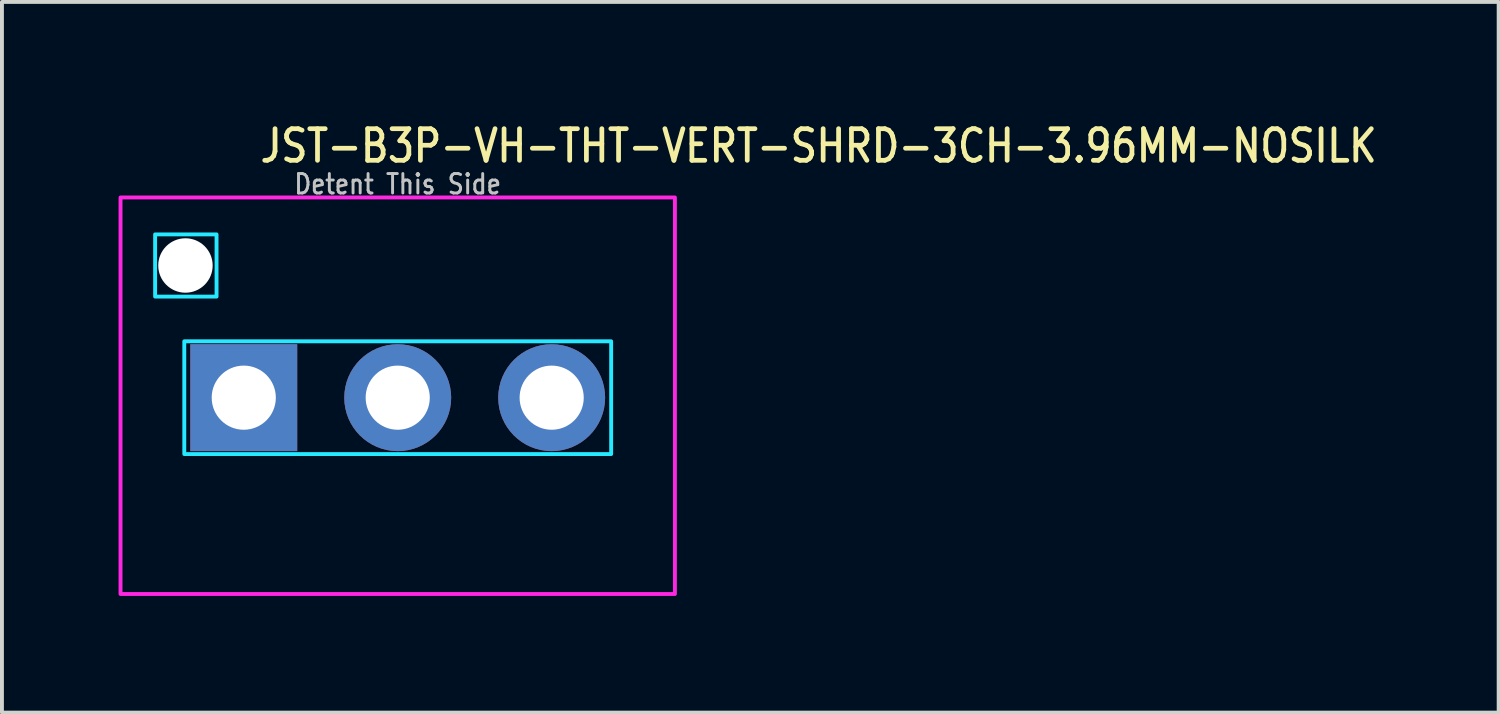
<source format=kicad_pcb>
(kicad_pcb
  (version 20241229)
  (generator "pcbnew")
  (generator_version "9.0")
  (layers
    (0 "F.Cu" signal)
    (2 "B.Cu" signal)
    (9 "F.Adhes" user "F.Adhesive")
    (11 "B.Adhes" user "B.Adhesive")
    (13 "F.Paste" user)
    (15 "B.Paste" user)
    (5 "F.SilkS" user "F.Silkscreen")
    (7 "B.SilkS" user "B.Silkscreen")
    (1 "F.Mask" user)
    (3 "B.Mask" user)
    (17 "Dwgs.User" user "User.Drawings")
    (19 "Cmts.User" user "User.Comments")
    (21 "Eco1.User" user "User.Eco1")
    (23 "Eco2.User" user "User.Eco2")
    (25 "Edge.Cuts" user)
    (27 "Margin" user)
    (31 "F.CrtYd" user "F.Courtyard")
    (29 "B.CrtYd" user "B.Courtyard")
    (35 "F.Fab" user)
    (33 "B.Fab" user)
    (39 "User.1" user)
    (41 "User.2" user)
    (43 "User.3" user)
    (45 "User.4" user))
  (footprint "JST-B3P-VH-THT-VERT-SHRD-3CH-3.96MM-NOSILK"
    (layer "F.Cu")
    (at 7.18 7.179)
    (property "Reference" "JST-B3P-VH-THT-VERT-SHRD-3CH-3.96MM-NOSILK" (at -3.6 -6 0) (unlocked yes) (layer "F.SilkS") (effects (font (size 0.813 0.695) (thickness 0.122)) (justify left bottom)))
    (fp_poly (pts (xy -5.49 -1.45) (xy -5.49 1.45) (xy 5.49 1.45) (xy 5.49 -1.45)) (stroke (width 0.1) (type solid)) (fill no) (layer "B.CrtYd"))
    (fp_poly (pts (xy -4.66 -4.2) (xy -4.66 -2.6) (xy -6.24 -2.6) (xy -6.24 -4.2)) (stroke (width 0.1) (type solid)) (fill no) (layer "B.CrtYd"))
    (fp_poly (pts (xy -7.13 -5.15) (xy -7.13 5.05) (xy 7.13 5.05) (xy 7.13 -5.15)) (stroke (width 0.1) (type solid)) (fill no) (layer "F.CrtYd"))
    (fp_text user "Detent This Side" (at 0 -5.2 0) (unlocked yes) (layer "Dwgs.User") (effects (font (size 0.5 0.427) (thickness 0.075)) (justify bottom)))
    (pad "" np_thru_hole circle (at -5.46 -3.4) (size 1.4 1.4) (drill 1.4) (layers "*.Cu" "*.Mask"))
    (pad "1" thru_hole rect (at -3.96 0) (size 2.75 2.75) (drill 1.65) (layers "*.Cu" "*.Mask"))
    (pad "2" thru_hole oval (at 0 0) (size 2.75 2.75) (drill 1.65) (layers "*.Cu" "*.Mask"))
    (pad "3" thru_hole oval (at 3.96 0) (size 2.75 2.75) (drill 1.65) (layers "*.Cu" "*.Mask")))
  (gr_rect
    (start -3 -3)
    (end 35.498 15.279)
    (stroke (width 0.1) (type default))
    (fill no)
    (layer "Edge.Cuts")))
</source>
